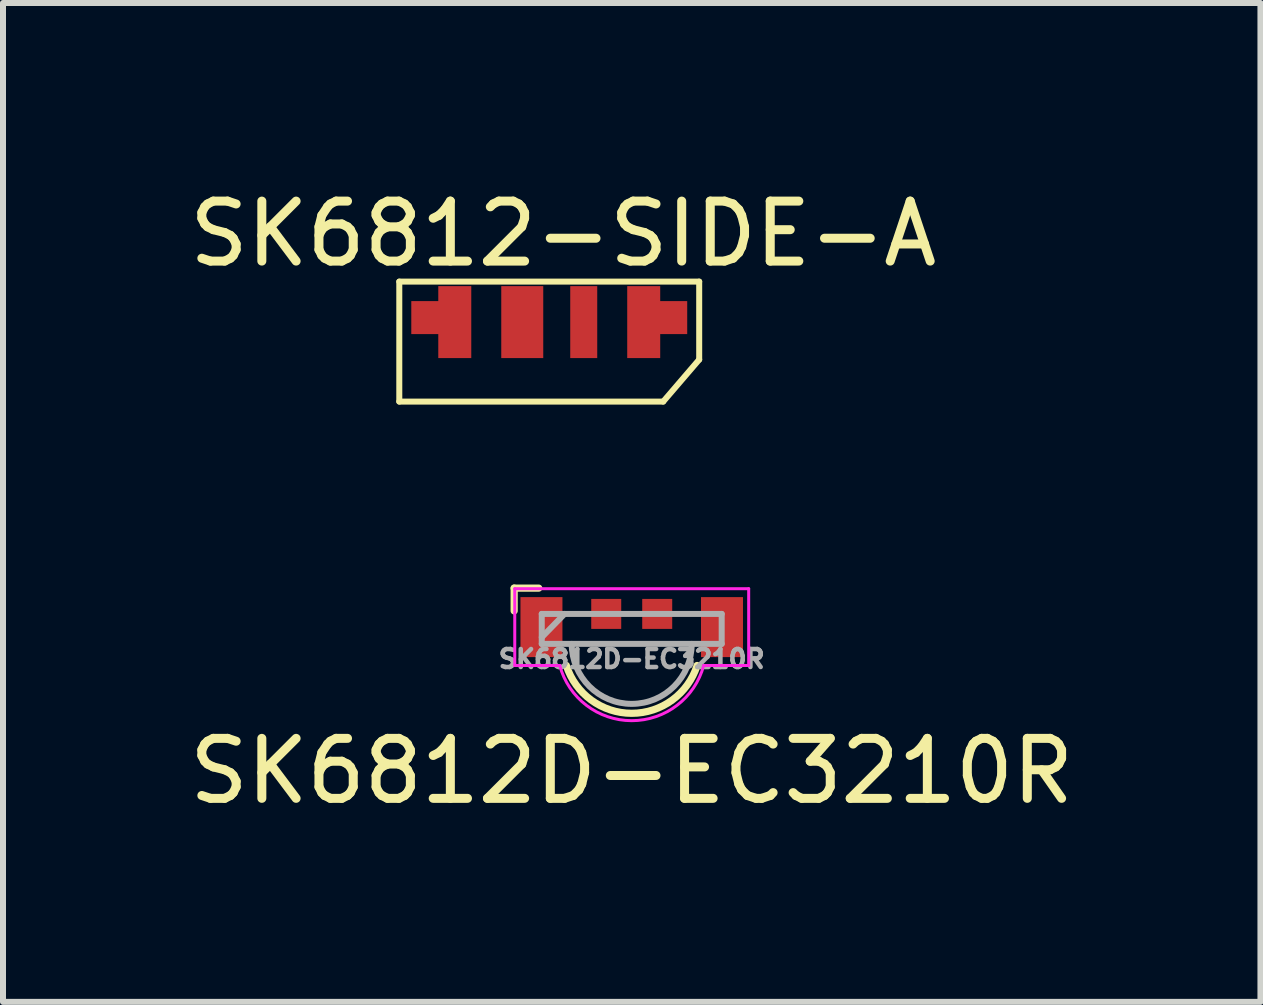
<source format=kicad_pcb>
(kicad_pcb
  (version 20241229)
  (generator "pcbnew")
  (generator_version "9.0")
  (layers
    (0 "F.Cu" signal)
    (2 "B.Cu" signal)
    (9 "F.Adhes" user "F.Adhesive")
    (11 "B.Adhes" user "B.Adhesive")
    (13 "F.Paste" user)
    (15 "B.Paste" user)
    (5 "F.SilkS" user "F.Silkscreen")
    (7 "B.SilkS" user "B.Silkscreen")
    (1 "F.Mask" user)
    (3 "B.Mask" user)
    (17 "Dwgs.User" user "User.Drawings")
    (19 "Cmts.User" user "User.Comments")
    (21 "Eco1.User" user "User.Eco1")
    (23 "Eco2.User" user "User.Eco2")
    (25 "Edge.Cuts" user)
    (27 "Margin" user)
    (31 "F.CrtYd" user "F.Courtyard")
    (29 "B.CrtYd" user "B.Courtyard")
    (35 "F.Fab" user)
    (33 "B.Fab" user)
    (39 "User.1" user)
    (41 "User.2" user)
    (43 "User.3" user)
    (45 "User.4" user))
  (footprint "SK6812-SIDE-A"
    (layer "F.Cu")
    (at 4.307 2.245)
    (property "Reference" "SK6812-SIDE-A" (at 2.032 -1.397 0) (layer "F.SilkS") (effects (font (size 1 1) (thickness 0.15))))
    (attr through_hole)
    (fp_line (start -0.7 -0.6) (end 4.3 -0.6) (stroke (width 0.1) (type solid)) (layer "F.SilkS"))
    (fp_line (start -0.7 1.4) (end -0.7 -0.6) (stroke (width 0.1) (type solid)) (layer "F.SilkS"))
    (fp_line (start 3.7 1.4) (end -0.7 1.4) (stroke (width 0.1) (type solid)) (layer "F.SilkS"))
    (fp_line (start 4.3 -0.6) (end 4.3 0.7) (stroke (width 0.1) (type solid)) (layer "F.SilkS"))
    (fp_line (start 4.3 0.7) (end 3.7 1.4) (stroke (width 0.1) (type solid)) (layer "F.SilkS"))
    (pad "1" smd custom (at 0 0) (size 1 0.55) (layers "F.Cu" "F.Mask" "F.Paste") (options (anchor rect)) (primitives (gr_poly (pts (xy -0.05 -0.525) (xy 0.5 -0.525) (xy 0.5 0.675) (xy -0.05 0.675)) (width 0) (fill yes))))
    (pad "2" smd rect (at 1.35 0) (size 0.7 1.2) (drill (offset 0 0.075)) (layers "F.Cu" "F.Mask" "F.Paste"))
    (pad "3" smd rect (at 2.375 0) (size 0.45 1.2) (drill (offset 0 0.075)) (layers "F.Cu" "F.Mask" "F.Paste"))
    (pad "4" smd custom (at 3.6 0) (size 1 0.55) (layers "F.Cu" "F.Mask" "F.Paste") (options (anchor rect)) (primitives (gr_poly (pts (xy 0.05 -0.525) (xy -0.5 -0.525) (xy -0.5 0.675) (xy 0.05 0.675)) (width 0) (fill yes)))))
  (footprint "SK6812D-EC3210R"
    (layer "F.Cu")
    (at 7.482 7.935)
    (property "Reference" "SK6812D-EC3210R" (at 0 1.87 180) (layer "F.SilkS") (effects (font (size 1 1) (thickness 0.15))))
    (attr smd)
    (fp_line (start -1.96 -1.18) (end -1.55 -1.18) (stroke (width 0.12) (type solid)) (layer "F.SilkS"))
    (fp_line (start -1.96 -0.8) (end -1.96 -1.18) (stroke (width 0.12) (type solid)) (layer "F.SilkS"))
    (fp_arc (start 1.09 0.11) (mid 0 0.907104) (end -1.09 0.11) (stroke (width 0.12) (type solid)) (layer "F.SilkS"))
    (fp_line (start -1.95 -1.17) (end -1.95 0.11) (stroke (width 0.05) (type solid)) (layer "F.CrtYd"))
    (fp_line (start -1.2 0.11) (end -1.95 0.11) (stroke (width 0.05) (type solid)) (layer "F.CrtYd"))
    (fp_line (start 1.95 -1.17) (end -1.95 -1.17) (stroke (width 0.05) (type solid)) (layer "F.CrtYd"))
    (fp_line (start 1.95 -1.17) (end 1.95 0.11) (stroke (width 0.05) (type solid)) (layer "F.CrtYd"))
    (fp_line (start 1.95 0.11) (end 1.2 0.11) (stroke (width 0.05) (type solid)) (layer "F.CrtYd"))
    (fp_arc (start 1.2 0.11) (mid 0 1.03) (end -1.2 0.11) (stroke (width 0.05) (type solid)) (layer "F.CrtYd"))
    (fp_line (start -1.5 -0.75) (end -1.5 -0.25) (stroke (width 0.1) (type solid)) (layer "F.Fab"))
    (fp_line (start -1.5 -0.36) (end -1.12 -0.75) (stroke (width 0.1) (type solid)) (layer "F.Fab"))
    (fp_line (start -1.5 -0.25) (end 1.5 -0.25) (stroke (width 0.1) (type solid)) (layer "F.Fab"))
    (fp_line (start 1.5 -0.75) (end -1.5 -0.75) (stroke (width 0.1) (type solid)) (layer "F.Fab"))
    (fp_line (start 1.5 -0.25) (end 1.5 -0.75) (stroke (width 0.1) (type solid)) (layer "F.Fab"))
    (fp_arc (start 1 -0.25) (mid 0 0.75) (end -1 -0.25) (stroke (width 0.1) (type solid)) (layer "F.Fab"))
    (fp_text user "${REFERENCE}" (at 0 0 180) (layer "F.Fab") (effects (font (size 0.3 0.3) (thickness 0.075))))
    (pad "1" smd rect (at -0.425 -0.75) (size 0.5 0.5) (layers "F.Cu" "F.Mask" "F.Paste"))
    (pad "2" smd rect (at -1.505 -0.53) (size 0.7 1) (layers "F.Cu" "F.Mask" "F.Paste"))
    (pad "3" smd rect (at 1.505 -0.53) (size 0.7 1) (layers "F.Cu" "F.Mask" "F.Paste"))
    (pad "4" smd rect (at 0.425 -0.75) (size 0.5 0.5) (layers "F.Cu" "F.Mask" "F.Paste")))
  (gr_rect
    (start -3 -3)
    (end 17.964 13.653)
    (stroke (width 0.1) (type default))
    (fill no)
    (layer "Edge.Cuts")))
</source>
